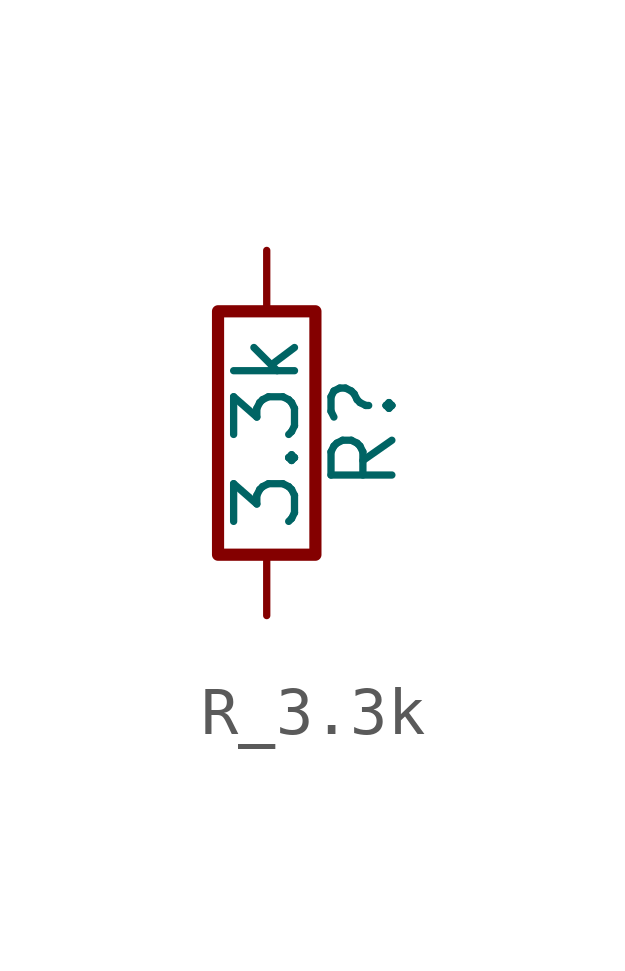
<source format=kicad_sym>
(kicad_symbol_lib
  (version 20241209)
  (generator "kicad_symbol_editor")
  (generator_version "9.0")
  (symbol "R_3.3k"
    (pin_numbers
      (hide yes))
    (pin_names
      (offset 0))
    (property "Reference" "R"
      (at 2.032 0 90)
      (effects (font (size 1.27 1.27))))
    (property "Value" "3.3k"
      (at 0 0 90)
      (effects (font (size 1.27 1.27))))
    (symbol "R_3.3k_0_1"
      (rectangle (start -1.016 -2.54) (end 1.016 2.54) (stroke (width 0.254) (type default)) (fill (type none))))
    (symbol "R_3.3k_1_1"
      (pin passive line (at 0 3.81 270) (length 1.27) (name "~" (effects (font (size 1.27 1.27)))) (number "1" (effects (font (size 1.27 1.27)))))
      (pin passive line (at 0 -3.81 90) (length 1.27) (name "~" (effects (font (size 1.27 1.27)))) (number "2" (effects (font (size 1.27 1.27))))))))
</source>
